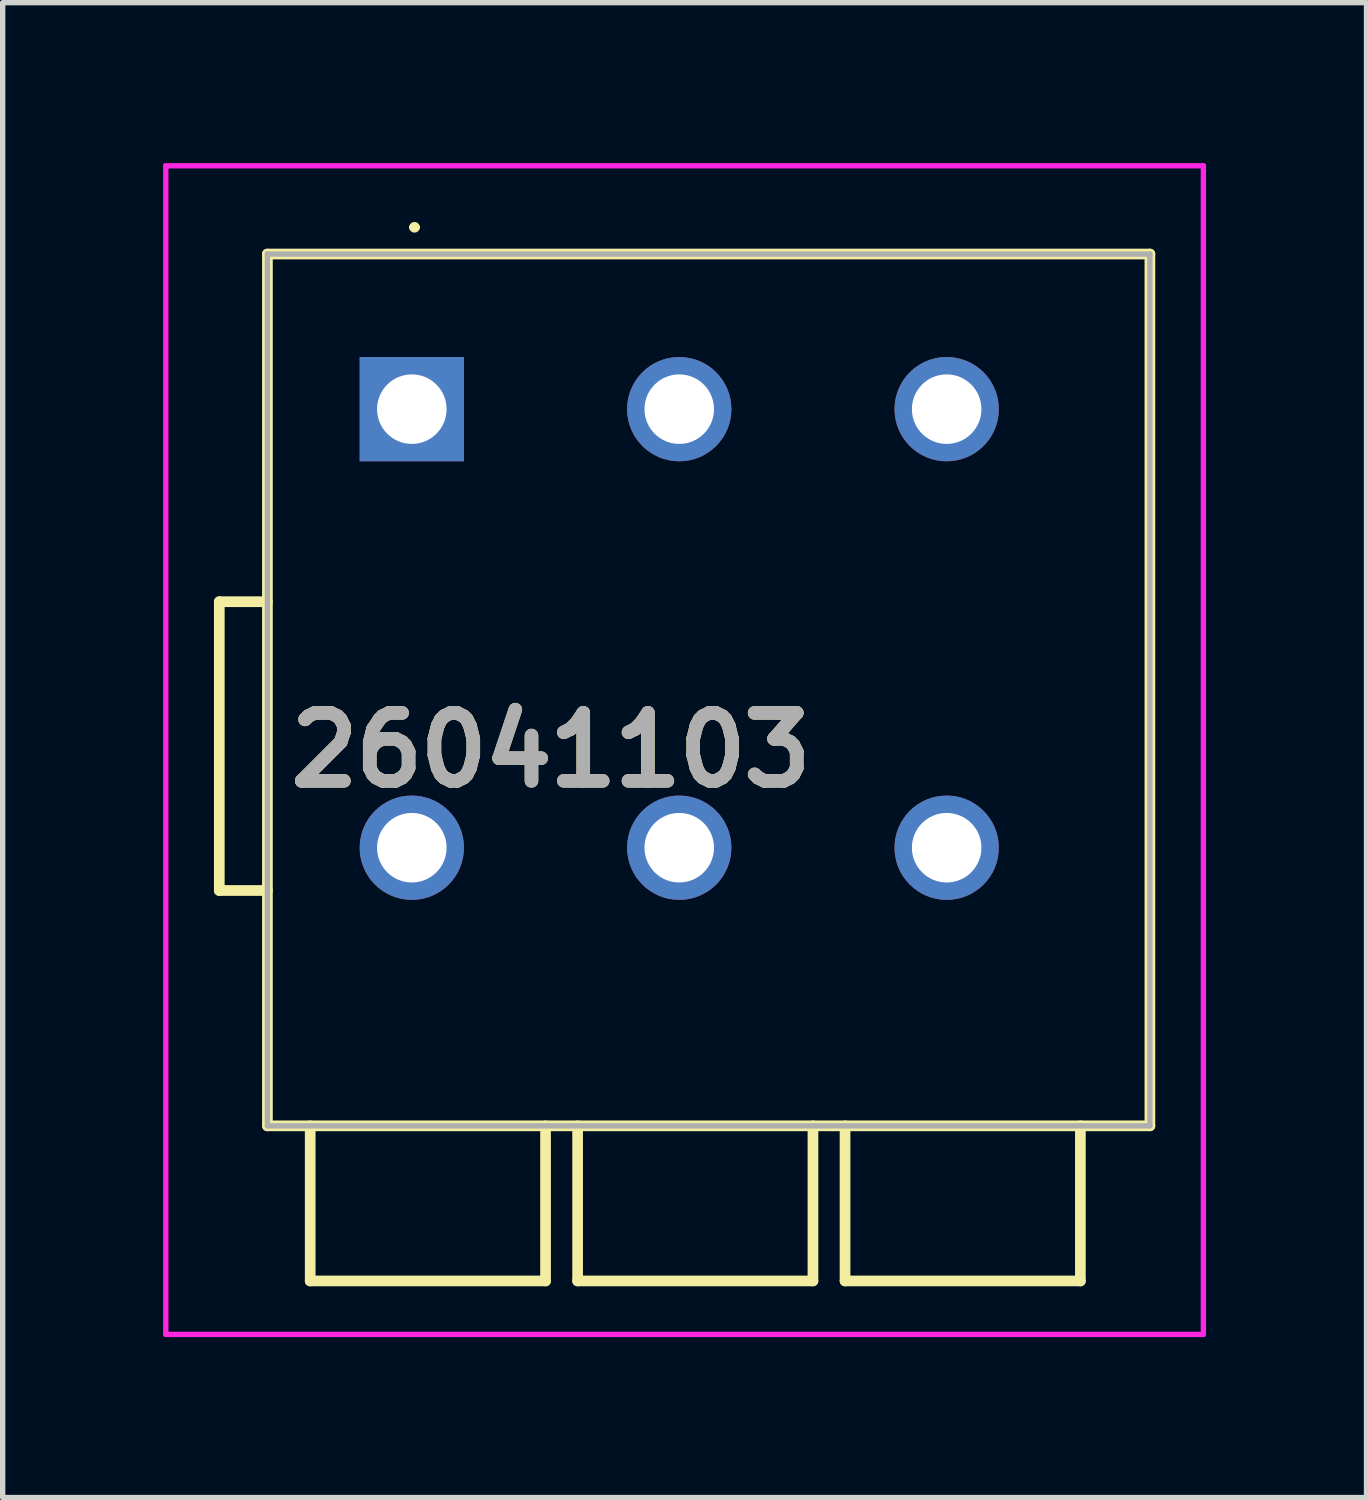
<source format=kicad_pcb>
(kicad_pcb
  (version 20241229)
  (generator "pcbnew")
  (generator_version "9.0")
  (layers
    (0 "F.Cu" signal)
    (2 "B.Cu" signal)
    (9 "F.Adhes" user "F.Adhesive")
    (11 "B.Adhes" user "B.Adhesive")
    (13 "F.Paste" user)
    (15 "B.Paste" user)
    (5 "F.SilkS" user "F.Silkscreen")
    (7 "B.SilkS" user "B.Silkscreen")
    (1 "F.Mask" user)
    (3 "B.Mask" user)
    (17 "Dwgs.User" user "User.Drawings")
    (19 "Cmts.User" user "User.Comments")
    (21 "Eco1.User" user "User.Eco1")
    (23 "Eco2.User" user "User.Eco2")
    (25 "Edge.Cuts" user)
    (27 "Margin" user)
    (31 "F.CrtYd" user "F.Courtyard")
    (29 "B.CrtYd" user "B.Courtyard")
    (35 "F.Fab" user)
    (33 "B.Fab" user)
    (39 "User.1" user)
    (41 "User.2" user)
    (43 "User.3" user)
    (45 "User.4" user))
  (footprint "26041103"
    (layer "F.Cu")
    (at 4.65 4.6)
    (property "Reference" "26041103" (at 2.6 6.375 0) (layer "F.SilkS") (effects (font (size 1.27 1.27) (thickness 0.254))))
    (attr through_hole)
    (fp_line (start -3.6 3.6) (end -3.6 9) (stroke (width 0.2) (type solid)) (layer "F.SilkS"))
    (fp_line (start -3.6 9) (end -2.7 9) (stroke (width 0.2) (type solid)) (layer "F.SilkS"))
    (fp_line (start -2.7 -2.9) (end 13.8 -2.9) (stroke (width 0.2) (type solid)) (layer "F.SilkS"))
    (fp_line (start -2.7 3.6) (end -3.6 3.6) (stroke (width 0.2) (type solid)) (layer "F.SilkS"))
    (fp_line (start -2.7 13.4) (end -2.7 -2.9) (stroke (width 0.2) (type solid)) (layer "F.SilkS"))
    (fp_line (start -1.9 13.4) (end -1.9 16.3) (stroke (width 0.2) (type solid)) (layer "F.SilkS"))
    (fp_line (start -1.9 16.3) (end 2.5 16.3) (stroke (width 0.2) (type solid)) (layer "F.SilkS"))
    (fp_line (start 0 -3.4) (end 0 -3.4) (stroke (width 0.1) (type solid)) (layer "F.SilkS"))
    (fp_line (start 0.1 -3.4) (end 0.1 -3.4) (stroke (width 0.1) (type solid)) (layer "F.SilkS"))
    (fp_line (start 2.5 16.3) (end 2.5 13.4) (stroke (width 0.2) (type solid)) (layer "F.SilkS"))
    (fp_line (start 3.1 13.4) (end 3.1 16.3) (stroke (width 0.2) (type solid)) (layer "F.SilkS"))
    (fp_line (start 3.1 16.3) (end 7.5 16.3) (stroke (width 0.2) (type solid)) (layer "F.SilkS"))
    (fp_line (start 7.5 16.3) (end 7.5 13.4) (stroke (width 0.2) (type solid)) (layer "F.SilkS"))
    (fp_line (start 8.1 13.4) (end 8.1 16.3) (stroke (width 0.2) (type solid)) (layer "F.SilkS"))
    (fp_line (start 8.1 16.3) (end 12.5 16.3) (stroke (width 0.2) (type solid)) (layer "F.SilkS"))
    (fp_line (start 12.5 16.3) (end 12.5 13.4) (stroke (width 0.2) (type solid)) (layer "F.SilkS"))
    (fp_line (start 13.8 -2.9) (end 13.8 13.4) (stroke (width 0.2) (type solid)) (layer "F.SilkS"))
    (fp_line (start 13.8 13.4) (end -2.7 13.4) (stroke (width 0.2) (type solid)) (layer "F.SilkS"))
    (fp_arc (start 0 -3.4) (mid 0.05 -3.45) (end 0.1 -3.4) (stroke (width 0.1) (type solid)) (layer "F.SilkS"))
    (fp_arc (start 0.1 -3.4) (mid 0.05 -3.35) (end 0 -3.4) (stroke (width 0.1) (type solid)) (layer "F.SilkS"))
    (fp_line (start -4.6 -4.55) (end 14.8 -4.55) (stroke (width 0.1) (type solid)) (layer "F.CrtYd"))
    (fp_line (start -4.6 17.3) (end -4.6 -4.55) (stroke (width 0.1) (type solid)) (layer "F.CrtYd"))
    (fp_line (start 14.8 -4.55) (end 14.8 17.3) (stroke (width 0.1) (type solid)) (layer "F.CrtYd"))
    (fp_line (start 14.8 17.3) (end -4.6 17.3) (stroke (width 0.1) (type solid)) (layer "F.CrtYd"))
    (fp_line (start -2.7 -2.9) (end 13.8 -2.9) (stroke (width 0.1) (type solid)) (layer "F.Fab"))
    (fp_line (start -2.7 13.4) (end -2.7 -2.9) (stroke (width 0.1) (type solid)) (layer "F.Fab"))
    (fp_line (start 13.8 -2.9) (end 13.8 13.4) (stroke (width 0.1) (type solid)) (layer "F.Fab"))
    (fp_line (start 13.8 13.4) (end -2.7 13.4) (stroke (width 0.1) (type solid)) (layer "F.Fab"))
    (fp_text user "${REFERENCE}" (at 2.6 6.375 0) (layer "F.Fab") (effects (font (size 1.27 1.27) (thickness 0.254))))
    (pad "1" thru_hole rect (at 0 0) (size 1.95 1.95) (drill 1.3) (layers "*.Cu" "*.Mask"))
    (pad "2" thru_hole circle (at 0 8.2) (size 1.95 1.95) (drill 1.3) (layers "*.Cu" "*.Mask"))
    (pad "3" thru_hole circle (at 5 0) (size 1.95 1.95) (drill 1.3) (layers "*.Cu" "*.Mask"))
    (pad "4" thru_hole circle (at 5 8.2) (size 1.95 1.95) (drill 1.3) (layers "*.Cu" "*.Mask"))
    (pad "5" thru_hole circle (at 10 0) (size 1.95 1.95) (drill 1.3) (layers "*.Cu" "*.Mask"))
    (pad "6" thru_hole circle (at 10 8.2) (size 1.95 1.95) (drill 1.3) (layers "*.Cu" "*.Mask")))
  (gr_rect
    (start -3 -3)
    (end 22.5 24.95)
    (stroke (width 0.1) (type default))
    (fill no)
    (layer "Edge.Cuts")))
</source>
